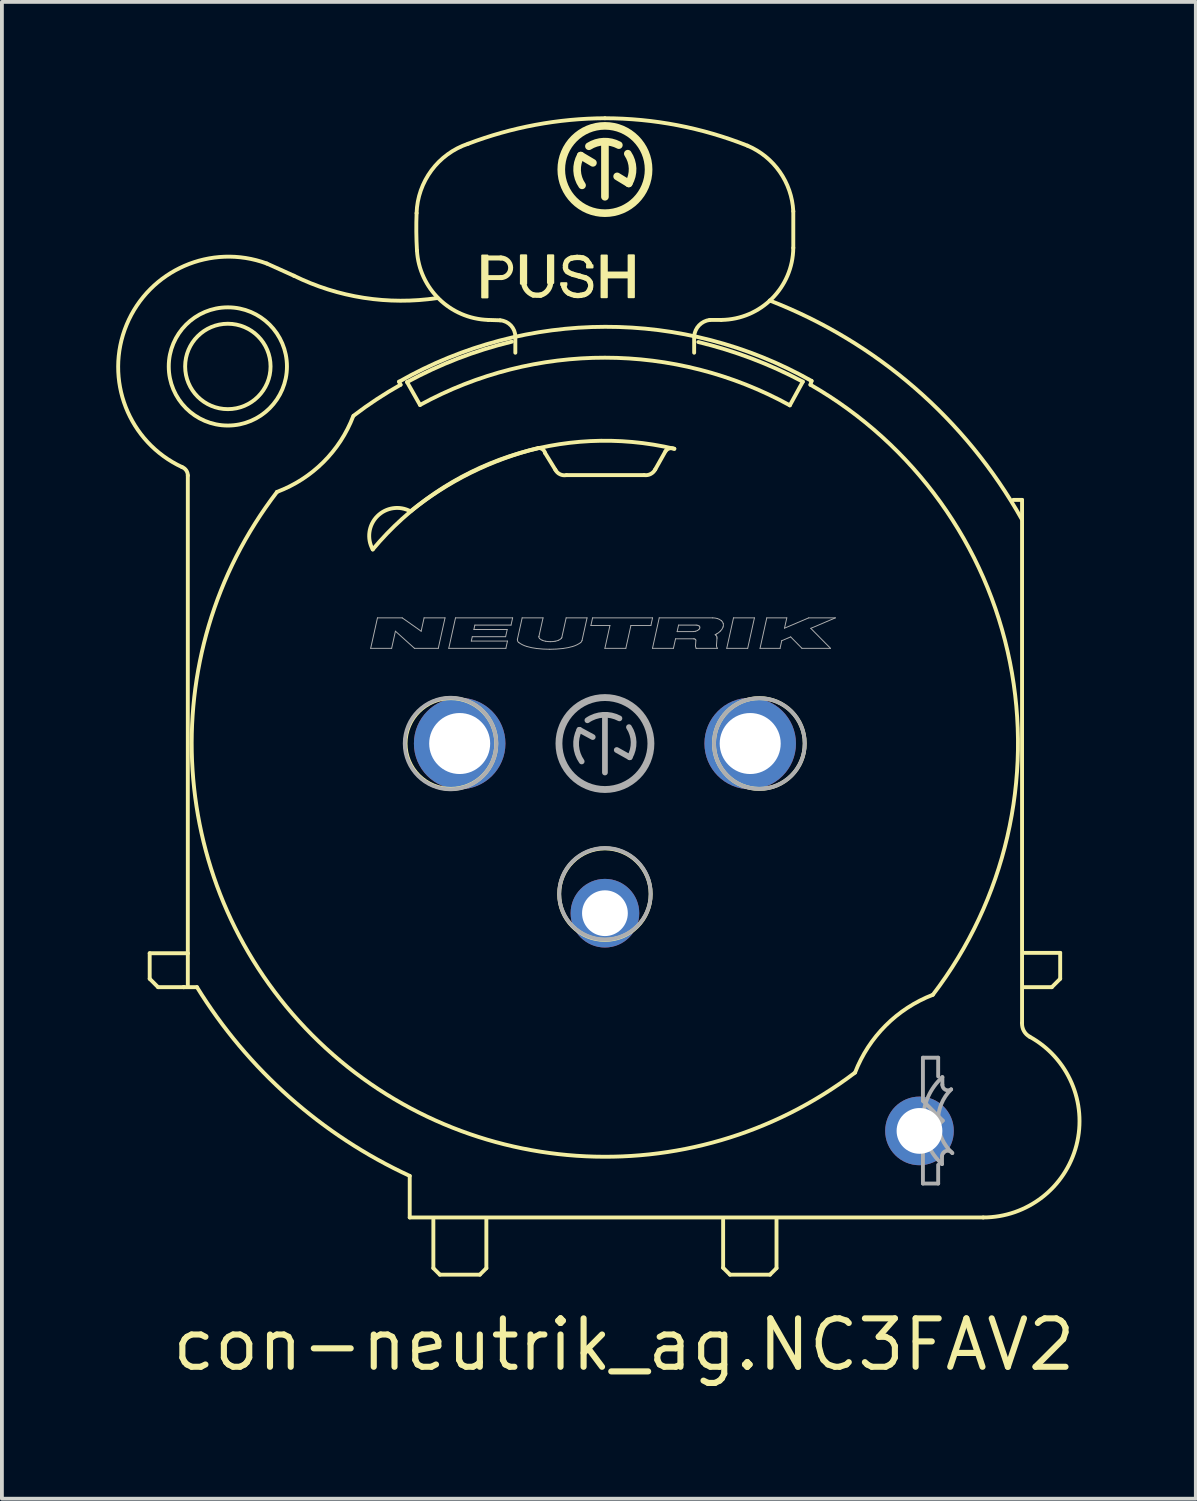
<source format=kicad_pcb>
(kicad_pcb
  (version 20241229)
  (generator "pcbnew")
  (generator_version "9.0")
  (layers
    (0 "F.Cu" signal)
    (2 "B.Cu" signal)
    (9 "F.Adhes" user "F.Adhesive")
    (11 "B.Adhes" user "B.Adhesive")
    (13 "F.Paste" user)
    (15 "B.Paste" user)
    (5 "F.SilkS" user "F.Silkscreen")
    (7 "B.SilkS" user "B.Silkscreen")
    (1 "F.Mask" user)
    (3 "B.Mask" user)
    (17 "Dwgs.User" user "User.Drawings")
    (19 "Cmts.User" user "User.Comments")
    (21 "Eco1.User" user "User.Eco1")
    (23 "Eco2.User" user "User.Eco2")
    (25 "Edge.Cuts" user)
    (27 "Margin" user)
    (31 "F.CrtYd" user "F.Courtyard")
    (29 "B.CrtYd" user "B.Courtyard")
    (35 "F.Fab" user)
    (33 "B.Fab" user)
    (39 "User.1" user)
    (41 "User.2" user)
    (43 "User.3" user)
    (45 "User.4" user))
  (footprint "con-neutrik_ag.NC3FAV2"
    (layer "F.Cu")
    (at 12.816 16.451)
    (property "Reference" "con-neutrik_ag.NC3FAV2" (at -11.43 16.51 0) (layer "F.SilkS") (effects (font (size 1.27 1.27) (thickness 0.16)) (justify left bottom)))
    (attr through_hole)
    (fp_line (start -11.94 5.5) (end -10.94 5.5) (stroke (width 0.102) (type default)) (layer "F.SilkS"))
    (fp_line (start -11.94 6.17) (end -11.94 5.5) (stroke (width 0.102) (type default)) (layer "F.SilkS"))
    (fp_line (start -11.72 6.39) (end -11.94 6.17) (stroke (width 0.102) (type default)) (layer "F.SilkS"))
    (fp_line (start -11.05 6.39) (end -11.72 6.39) (stroke (width 0.102) (type default)) (layer "F.SilkS"))
    (fp_line (start -11.05 6.39) (end -10.7 6.39) (stroke (width 0.102) (type default)) (layer "F.SilkS"))
    (fp_line (start -11.04 6.39) (end -11.05 6.39) (stroke (width 0.102) (type default)) (layer "F.SilkS"))
    (fp_line (start -10.94 5.5) (end -10.94 -7.03) (stroke (width 0.102) (type default)) (layer "F.SilkS"))
    (fp_line (start -10.94 6.35) (end -10.94 5.52) (stroke (width 0.102) (type default)) (layer "F.SilkS"))
    (fp_line (start -5.4 -9.49) (end -5.36 -9.41) (stroke (width 0.102) (type default)) (layer "F.SilkS"))
    (fp_line (start -5.19 -9.48) (end -4.85 -8.88) (stroke (width 0.102) (type default)) (layer "F.SilkS"))
    (fp_line (start -5.12 11.34) (end -5.12 12.43) (stroke (width 0.102) (type default)) (layer "F.SilkS"))
    (fp_line (start -5.12 12.43) (end 9.92 12.43) (stroke (width 0.102) (type default)) (layer "F.SilkS"))
    (fp_line (start -4.5 12.49) (end -4.5 13.76) (stroke (width 0.102) (type default)) (layer "F.SilkS"))
    (fp_line (start -4.5 13.76) (end -4.33 13.93) (stroke (width 0.102) (type default)) (layer "F.SilkS"))
    (fp_line (start -4.33 13.93) (end -3.28 13.93) (stroke (width 0.102) (type default)) (layer "F.SilkS"))
    (fp_line (start -3.28 13.93) (end -3.11 13.76) (stroke (width 0.102) (type default)) (layer "F.SilkS"))
    (fp_line (start -3.13 -12.735) (end -2.73 -12.735) (stroke (width 0.13) (type default)) (layer "F.SilkS"))
    (fp_line (start -3.11 13.76) (end -3.11 12.47) (stroke (width 0.102) (type default)) (layer "F.SilkS"))
    (fp_line (start -2.75 -11.1) (end -3.06 -11.11) (stroke (width 0.102) (type default)) (layer "F.SilkS"))
    (fp_line (start -2.72 -12.22) (end -3.11 -12.22) (stroke (width 0.13) (type default)) (layer "F.SilkS"))
    (fp_line (start -2.35 -10.25) (end -2.35 -10.67) (stroke (width 0.102) (type default)) (layer "F.SilkS"))
    (fp_line (start -1.3 -7.18) (end -1.57 -7.62) (stroke (width 0.102) (type default)) (layer "F.SilkS"))
    (fp_line (start -1.08 -12.01) (end -1.075 -11.985) (stroke (width 0.14) (type default)) (layer "F.SilkS"))
    (fp_line (start -0.315 -15.23) (end -0.635 -15.42) (stroke (width 0.2) (type default)) (layer "F.SilkS"))
    (fp_line (start 0 -14.34) (end 0 -15.73) (stroke (width 0.2) (type default)) (layer "F.SilkS"))
    (fp_line (start 0.32 -14.875) (end 0.625 -14.69) (stroke (width 0.2) (type default)) (layer "F.SilkS"))
    (fp_line (start 1.03 -7.04) (end -1.01 -7.04) (stroke (width 0.102) (type default)) (layer "F.SilkS"))
    (fp_line (start 1.59 -7.67) (end 1.32 -7.19) (stroke (width 0.102) (type default)) (layer "F.SilkS"))
    (fp_line (start 3.1 12.49) (end 3.1 13.75) (stroke (width 0.102) (type default)) (layer "F.SilkS"))
    (fp_line (start 3.1 13.75) (end 3.28 13.93) (stroke (width 0.102) (type default)) (layer "F.SilkS"))
    (fp_line (start 3.28 13.93) (end 4.33 13.93) (stroke (width 0.102) (type default)) (layer "F.SilkS"))
    (fp_line (start 4.33 13.93) (end 4.5 13.76) (stroke (width 0.102) (type default)) (layer "F.SilkS"))
    (fp_line (start 4.5 13.76) (end 4.5 12.48) (stroke (width 0.102) (type default)) (layer "F.SilkS"))
    (fp_line (start 4.85 -8.87) (end 5.19 -9.49) (stroke (width 0.102) (type default)) (layer "F.SilkS"))
    (fp_line (start 4.94 -13.96) (end 4.94 -13) (stroke (width 0.102) (type default)) (layer "F.SilkS"))
    (fp_line (start 5.39 -9.41) (end 5.42 -9.51) (stroke (width 0.102) (type default)) (layer "F.SilkS"))
    (fp_line (start 10.94 -6.39) (end 10.71 -6.39) (stroke (width 0.102) (type default)) (layer "F.SilkS"))
    (fp_line (start 10.94 7.33) (end 10.94 -6.39) (stroke (width 0.102) (type default)) (layer "F.SilkS"))
    (fp_line (start 10.99 6.39) (end 11.72 6.39) (stroke (width 0.102) (type default)) (layer "F.SilkS"))
    (fp_line (start 11.72 6.39) (end 11.94 6.17) (stroke (width 0.102) (type default)) (layer "F.SilkS"))
    (fp_line (start 11.94 5.49) (end 10.99 5.49) (stroke (width 0.102) (type default)) (layer "F.SilkS"))
    (fp_line (start 11.94 6.17) (end 11.94 5.49) (stroke (width 0.102) (type default)) (layer "F.SilkS"))
    (fp_rect (start -3.22 -11.7) (end -3.08 -12.8) (stroke (width 0.05) (type default)) (fill yes) (layer "F.SilkS"))
    (fp_rect (start -2.205 -12.06) (end -2.065 -12.805) (stroke (width 0.05) (type default)) (fill yes) (layer "F.SilkS"))
    (fp_rect (start -1.495 -12.08) (end -1.355 -12.805) (stroke (width 0.05) (type default)) (fill yes) (layer "F.SilkS"))
    (fp_rect (start -1.15 -12.025) (end -1.01 -12.075) (stroke (width 0.05) (type default)) (fill yes) (layer "F.SilkS"))
    (fp_rect (start -0.47 -12.485) (end -0.325 -12.545) (stroke (width 0.05) (type default)) (fill yes) (layer "F.SilkS"))
    (fp_rect (start -0.09 -11.705) (end 0.05 -12.8) (stroke (width 0.05) (type default)) (fill yes) (layer "F.SilkS"))
    (fp_rect (start 0.035 -12.225) (end 0.64 -12.355) (stroke (width 0.05) (type default)) (fill yes) (layer "F.SilkS"))
    (fp_rect (start 0.62 -11.705) (end 0.76 -12.805) (stroke (width 0.05) (type default)) (fill yes) (layer "F.SilkS"))
    (fp_arc (start -11.09 -7.25) (mid -10.981062 -7.163139) (end -10.94 -7.03) (stroke (width 0.1016) (type default)) (layer "F.SilkS"))
    (fp_arc (start -11.09 -7.25) (mid -12.543512 -10.98573) (end -8.87 -12.59) (stroke (width 0.1016) (type default)) (layer "F.SilkS"))
    (fp_arc (start -8.87 -12.59) (mid -8.514255 -12.431652) (end -8.16 -12.27) (stroke (width 0.1016) (type default)) (layer "F.SilkS"))
    (fp_arc (start -6.6 -8.59) (mid -7.385883 -7.379807) (end -8.6 -6.6) (stroke (width 0.1016) (type default)) (layer "F.SilkS"))
    (fp_arc (start -6.59 -8.6) (mid -5.989419 -9.026896) (end -5.36 -9.41) (stroke (width 0.1016) (type default)) (layer "F.SilkS"))
    (fp_arc (start -6.09 -5.09) (mid -5.970889 -5.96213) (end -5.1 -6.09) (stroke (width 0.1016) (type default)) (layer "F.SilkS"))
    (fp_arc (start -6.09 -5.09) (mid -2.509717 -7.53273) (end 1.82 -7.73) (stroke (width 0.1016) (type default)) (layer "F.SilkS"))
    (fp_arc (start -5.4 -9.49) (mid 0.007357 -10.929608) (end 5.42 -9.51) (stroke (width 0.1016) (type default)) (layer "F.SilkS"))
    (fp_arc (start -5.19 -9.48) (mid -3.849731 -10.100104) (end -2.44 -10.54) (stroke (width 0.1016) (type default)) (layer "F.SilkS"))
    (fp_arc (start -5.12 11.34) (mid -8.274827 9.27626) (end -10.7 6.39) (stroke (width 0.1016) (type default)) (layer "F.SilkS"))
    (fp_arc (start -5.1 -6.09) (mid -3.515654 -7.102947) (end -1.75 -7.75) (stroke (width 0.1016) (type default)) (layer "F.SilkS"))
    (fp_arc (start -4.94 -13.91) (mid -4.55018 -15.031535) (end -3.59 -15.73) (stroke (width 0.1016) (type default)) (layer "F.SilkS"))
    (fp_arc (start -4.93 -12.93) (mid -4.946992 -13.419878) (end -4.94 -13.91) (stroke (width 0.1016) (type default)) (layer "F.SilkS"))
    (fp_arc (start -4.85 -8.88) (mid 0.001283 -10.119665) (end 4.85 -8.87) (stroke (width 0.1016) (type default)) (layer "F.SilkS"))
    (fp_arc (start -4.3995 -11.6841) (mid -6.324542 -11.689558) (end -8.16 -12.27) (stroke (width 0.1016) (type default)) (layer "F.SilkS"))
    (fp_arc (start -3.59 -15.73) (mid -1.825069 -16.226116) (end 0 -16.4) (stroke (width 0.1016) (type default)) (layer "F.SilkS"))
    (fp_arc (start -3.06 -11.11) (mid -4.347878 -11.657427) (end -4.93 -12.93) (stroke (width 0.1016) (type default)) (layer "F.SilkS"))
    (fp_arc (start -2.75 -11.1) (mid -2.465454 -10.963647) (end -2.35 -10.67) (stroke (width 0.1016) (type default)) (layer "F.SilkS"))
    (fp_arc (start -2.73 -12.735) (mid -2.472451 -12.482404) (end -2.72 -12.22) (stroke (width 0.13) (type default)) (layer "F.SilkS"))
    (fp_arc (start -1.88 -11.765) (mid -2.064528 -11.907658) (end -2.135 -12.13) (stroke (width 0.14) (type default)) (layer "F.SilkS"))
    (fp_arc (start -1.74 -7.75) (mid -1.632374 -7.714588) (end -1.57 -7.62) (stroke (width 0.1016) (type default)) (layer "F.SilkS"))
    (fp_arc (start -1.69 -11.76) (mid -1.785118 -11.758012) (end -1.88 -11.765) (stroke (width 0.14) (type default)) (layer "F.SilkS"))
    (fp_arc (start -1.425 -12.13) (mid -1.491164 -11.897489) (end -1.69 -11.76) (stroke (width 0.14) (type default)) (layer "F.SilkS"))
    (fp_arc (start -1.035 -12.545) (mid -1.023242 -12.602997) (end -0.995 -12.655) (stroke (width 0.14) (type default)) (layer "F.SilkS"))
    (fp_arc (start -1.035 -12.475) (mid -1.035897 -12.51) (end -1.035 -12.545) (stroke (width 0.14) (type default)) (layer "F.SilkS"))
    (fp_arc (start -1.01 -7.04) (mid -1.178221 -7.061899) (end -1.3 -7.18) (stroke (width 0.1016) (type default)) (layer "F.SilkS"))
    (fp_arc (start -0.995 -12.655) (mid -0.944061 -12.70256) (end -0.88 -12.73) (stroke (width 0.14) (type default)) (layer "F.SilkS"))
    (fp_arc (start -0.98 -12.375) (mid -1.018985 -12.418684) (end -1.035 -12.475) (stroke (width 0.14) (type default)) (layer "F.SilkS"))
    (fp_arc (start -0.945 -11.81) (mid -1.029639 -11.882911) (end -1.075 -11.985) (stroke (width 0.14) (type default)) (layer "F.SilkS"))
    (fp_arc (start -0.88 -12.73) (mid -0.805495 -12.743715) (end -0.73 -12.75) (stroke (width 0.14) (type default)) (layer "F.SilkS"))
    (fp_arc (start -0.835 -12.305) (mid -0.910421 -12.33395) (end -0.98 -12.375) (stroke (width 0.14) (type default)) (layer "F.SilkS"))
    (fp_arc (start -0.785 -11.755) (mid -0.867193 -11.776119) (end -0.945 -11.81) (stroke (width 0.14) (type default)) (layer "F.SilkS"))
    (fp_arc (start -0.73 -12.75) (mid -0.654498 -12.747518) (end -0.58 -12.735) (stroke (width 0.14) (type default)) (layer "F.SilkS"))
    (fp_arc (start -0.67 -12.26) (mid -0.752692 -12.281798) (end -0.835 -12.305) (stroke (width 0.14) (type default)) (layer "F.SilkS"))
    (fp_arc (start -0.67 -12.26) (mid -0.592125 -12.238792) (end -0.515 -12.215) (stroke (width 0.14) (type default)) (layer "F.SilkS"))
    (fp_arc (start -0.635 -11.755) (mid -0.71 -11.748536) (end -0.785 -11.755) (stroke (width 0.14) (type default)) (layer "F.SilkS"))
    (fp_arc (start -0.6 -14.64) (mid -0.729533 -15.024973) (end -0.635 -15.42) (stroke (width 0.2) (type default)) (layer "F.SilkS"))
    (fp_arc (start -0.58 -12.735) (mid -0.525361 -12.712732) (end -0.48 -12.675) (stroke (width 0.14) (type default)) (layer "F.SilkS"))
    (fp_arc (start -0.545 -11.775) (mid -0.589766 -11.763948) (end -0.635 -11.755) (stroke (width 0.14) (type default)) (layer "F.SilkS"))
    (fp_arc (start -0.515 -12.215) (mid -0.440004 -12.171083) (end -0.39 -12.1) (stroke (width 0.14) (type default)) (layer "F.SilkS"))
    (fp_arc (start -0.48 -12.675) (mid -0.448393 -12.636205) (end -0.42 -12.595) (stroke (width 0.14) (type default)) (layer "F.SilkS"))
    (fp_arc (start -0.42 -15.665) (mid -0.031558 -15.786174) (end 0.365 -15.695) (stroke (width 0.2) (type default)) (layer "F.SilkS"))
    (fp_arc (start -0.42 -12.595) (mid -0.409614 -12.577721) (end -0.4 -12.56) (stroke (width 0.14) (type default)) (layer "F.SilkS"))
    (fp_arc (start -0.42 -11.865) (mid -0.474346 -11.808675) (end -0.545 -11.775) (stroke (width 0.14) (type default)) (layer "F.SilkS"))
    (fp_arc (start -0.39 -12.1) (mid -0.372108 -12.017966) (end -0.385 -11.935) (stroke (width 0.14) (type default)) (layer "F.SilkS"))
    (fp_arc (start -0.385 -11.935) (mid -0.40031 -11.898905) (end -0.42 -11.865) (stroke (width 0.14) (type default)) (layer "F.SilkS"))
    (fp_arc (start 0 -16.4) (mid 1.903896 -16.21607) (end 3.74 -15.68) (stroke (width 0.1016) (type default)) (layer "F.SilkS"))
    (fp_arc (start 0.6 -15.47) (mid 0.725239 -15.083613) (end 0.625 -14.69) (stroke (width 0.2) (type default)) (layer "F.SilkS"))
    (fp_arc (start 1.32 -7.19) (mid 1.198655 -7.069267) (end 1.03 -7.04) (stroke (width 0.1016) (type default)) (layer "F.SilkS"))
    (fp_arc (start 1.59 -7.67) (mid 1.694294 -7.741041) (end 1.82 -7.73) (stroke (width 0.1016) (type default)) (layer "F.SilkS"))
    (fp_arc (start 2.34 -10.68) (mid 2.341373 -10.465) (end 2.34 -10.25) (stroke (width 0.1016) (type default)) (layer "F.SilkS"))
    (fp_arc (start 2.34 -10.68) (mid 2.468258 -10.968173) (end 2.75 -11.11) (stroke (width 0.1016) (type default)) (layer "F.SilkS"))
    (fp_arc (start 2.45 -10.53) (mid 3.852843 -10.096528) (end 5.19 -9.49) (stroke (width 0.1016) (type default)) (layer "F.SilkS"))
    (fp_arc (start 2.75 -11.11) (mid 2.9 -11.110782) (end 3.05 -11.11) (stroke (width 0.1016) (type default)) (layer "F.SilkS"))
    (fp_arc (start 3.74 -15.68) (mid 4.587041 -14.992354) (end 4.94 -13.96) (stroke (width 0.1016) (type default)) (layer "F.SilkS"))
    (fp_arc (start 4.3216 -11.6192) (mid 8.124315 -9.329617) (end 10.93 -5.89) (stroke (width 0.1016) (type default)) (layer "F.SilkS"))
    (fp_arc (start 4.94 -13) (mid 4.380591 -11.669409) (end 3.05 -11.11) (stroke (width 0.1016) (type default)) (layer "F.SilkS"))
    (fp_arc (start 5.39 -9.41) (mid 10.621563 -2.137579) (end 8.6 6.59) (stroke (width 0.1016) (type default)) (layer "F.SilkS"))
    (fp_arc (start 6.56 8.63) (mid -7.680581 7.644968) (end -8.6 -6.6) (stroke (width 0.1016) (type default)) (layer "F.SilkS"))
    (fp_arc (start 6.56 8.63) (mid 7.3644 7.3944) (end 8.6 6.59) (stroke (width 0.1016) (type default)) (layer "F.SilkS"))
    (fp_arc (start 11.14 7.69) (mid 12.367243 10.532877) (end 9.92 12.43) (stroke (width 0.1016) (type default)) (layer "F.SilkS"))
    (fp_arc (start 11.14 7.69) (mid 10.988255 7.538747) (end 10.94 7.33) (stroke (width 0.1016) (type default)) (layer "F.SilkS"))
    (fp_circle (center -9.89 -9.89) (end -8.77 -9.89) (stroke (width 0.102) (type default)) (fill no) (layer "F.SilkS"))
    (fp_circle (center -9.89 -9.89) (end -8.34 -9.89) (stroke (width 0.102) (type default)) (fill no) (layer "F.SilkS"))
    (fp_circle (center -4.04 0) (end -2.85 0) (stroke (width 0.102) (type default)) (fill no) (layer "F.SilkS"))
    (fp_circle (center 0 -15.055) (end 1.145 -15.055) (stroke (width 0.2) (type default)) (fill no) (layer "F.SilkS"))
    (fp_circle (center 0 3.95) (end 1.2 3.95) (stroke (width 0.102) (type default)) (fill no) (layer "F.SilkS"))
    (fp_circle (center 4.05 0) (end 5.24 0) (stroke (width 0.102) (type default)) (fill no) (layer "F.SilkS"))
    (fp_line (start -6.144 -2.497) (end -5.966 -3.296) (stroke (width 0.025) (type default)) (layer "F.Fab"))
    (fp_line (start -6.144 -2.497) (end -5.594 -2.497) (stroke (width 0.025) (type default)) (layer "F.Fab"))
    (fp_line (start -5.966 -3.296) (end -5.317 -3.296) (stroke (width 0.025) (type default)) (layer "F.Fab"))
    (fp_line (start -5.594 -2.497) (end -5.495 -2.946) (stroke (width 0.025) (type default)) (layer "F.Fab"))
    (fp_line (start -5.495 -2.946) (end -4.995 -2.497) (stroke (width 0.025) (type default)) (layer "F.Fab"))
    (fp_line (start -5.317 -3.296) (end -4.82 -2.946) (stroke (width 0.025) (type default)) (layer "F.Fab"))
    (fp_line (start -4.995 -2.497) (end -4.371 -2.497) (stroke (width 0.025) (type default)) (layer "F.Fab"))
    (fp_line (start -4.82 -2.946) (end -4.743 -3.296) (stroke (width 0.025) (type default)) (layer "F.Fab"))
    (fp_line (start -4.743 -3.296) (end -4.194 -3.296) (stroke (width 0.025) (type default)) (layer "F.Fab"))
    (fp_line (start -4.371 -2.497) (end -4.194 -3.296) (stroke (width 0.025) (type default)) (layer "F.Fab"))
    (fp_line (start -4.096 -2.497) (end -3.919 -3.296) (stroke (width 0.025) (type default)) (layer "F.Fab"))
    (fp_line (start -4.096 -2.497) (end -2.598 -2.497) (stroke (width 0.025) (type default)) (layer "F.Fab"))
    (fp_line (start -3.919 -3.296) (end -2.421 -3.296) (stroke (width 0.025) (type default)) (layer "F.Fab"))
    (fp_line (start -3.505 -2.687) (end -3.479 -2.802) (stroke (width 0.025) (type default)) (layer "F.Fab"))
    (fp_line (start -3.505 -2.687) (end -2.556 -2.687) (stroke (width 0.025) (type default)) (layer "F.Fab"))
    (fp_line (start -3.479 -2.802) (end -2.605 -2.802) (stroke (width 0.025) (type default)) (layer "F.Fab"))
    (fp_line (start -3.437 -2.991) (end -3.412 -3.106) (stroke (width 0.025) (type default)) (layer "F.Fab"))
    (fp_line (start -3.437 -2.991) (end -2.563 -2.991) (stroke (width 0.025) (type default)) (layer "F.Fab"))
    (fp_line (start -3.412 -3.106) (end -2.463 -3.106) (stroke (width 0.025) (type default)) (layer "F.Fab"))
    (fp_line (start -2.605 -2.802) (end -2.563 -2.991) (stroke (width 0.025) (type default)) (layer "F.Fab"))
    (fp_line (start -2.598 -2.497) (end -2.556 -2.687) (stroke (width 0.025) (type default)) (layer "F.Fab"))
    (fp_line (start -2.463 -3.106) (end -2.421 -3.296) (stroke (width 0.025) (type default)) (layer "F.Fab"))
    (fp_line (start -2.294 -2.741) (end -2.171 -3.296) (stroke (width 0.025) (type default)) (layer "F.Fab"))
    (fp_line (start -2.171 -3.296) (end -1.623 -3.296) (stroke (width 0.025) (type default)) (layer "F.Fab"))
    (fp_line (start -1.731 -2.81) (end -1.623 -3.296) (stroke (width 0.025) (type default)) (layer "F.Fab"))
    (fp_line (start -1.13 -2.784) (end -1.017 -3.296) (stroke (width 0.025) (type default)) (layer "F.Fab"))
    (fp_line (start -1.017 -3.296) (end -0.469 -3.296) (stroke (width 0.025) (type default)) (layer "F.Fab"))
    (fp_line (start -0.67 -0.36) (end -0.32 -0.17) (stroke (width 0.15) (type default)) (layer "F.Fab"))
    (fp_line (start -0.601 -2.702) (end -0.469 -3.296) (stroke (width 0.025) (type default)) (layer "F.Fab"))
    (fp_line (start -0.368 -3.096) (end -0.324 -3.296) (stroke (width 0.025) (type default)) (layer "F.Fab"))
    (fp_line (start -0.368 -3.096) (end 0.131 -3.096) (stroke (width 0.025) (type default)) (layer "F.Fab"))
    (fp_line (start -0.324 -3.296) (end 1.249 -3.296) (stroke (width 0.025) (type default)) (layer "F.Fab"))
    (fp_line (start -0.001 -2.497) (end 0.131 -3.096) (stroke (width 0.025) (type default)) (layer "F.Fab"))
    (fp_line (start -0.001 -2.497) (end 0.548 -2.497) (stroke (width 0.025) (type default)) (layer "F.Fab"))
    (fp_line (start 0 0.76) (end 0 -0.74) (stroke (width 0.15) (type default)) (layer "F.Fab"))
    (fp_line (start 0.31 0.17) (end 0.65 0.36) (stroke (width 0.15) (type default)) (layer "F.Fab"))
    (fp_line (start 0.548 -2.497) (end 0.681 -3.096) (stroke (width 0.025) (type default)) (layer "F.Fab"))
    (fp_line (start 0.681 -3.096) (end 1.205 -3.096) (stroke (width 0.025) (type default)) (layer "F.Fab"))
    (fp_line (start 1.205 -3.096) (end 1.249 -3.296) (stroke (width 0.025) (type default)) (layer "F.Fab"))
    (fp_line (start 1.247 -2.497) (end 1.424 -3.296) (stroke (width 0.025) (type default)) (layer "F.Fab"))
    (fp_line (start 1.247 -2.497) (end 1.796 -2.497) (stroke (width 0.025) (type default)) (layer "F.Fab"))
    (fp_line (start 1.424 -3.296) (end 2.826 -3.296) (stroke (width 0.025) (type default)) (layer "F.Fab"))
    (fp_line (start 1.796 -2.497) (end 1.852 -2.747) (stroke (width 0.025) (type default)) (layer "F.Fab"))
    (fp_line (start 1.852 -2.747) (end 2.328 -2.747) (stroke (width 0.025) (type default)) (layer "F.Fab"))
    (fp_line (start 1.894 -2.936) (end 1.931 -3.106) (stroke (width 0.025) (type default)) (layer "F.Fab"))
    (fp_line (start 1.894 -2.936) (end 2.321 -2.936) (stroke (width 0.025) (type default)) (layer "F.Fab"))
    (fp_line (start 1.931 -3.106) (end 2.394 -3.106) (stroke (width 0.025) (type default)) (layer "F.Fab"))
    (fp_line (start 2.375 -2.561) (end 2.385 -2.707) (stroke (width 0.025) (type default)) (layer "F.Fab"))
    (fp_line (start 2.394 -2.497) (end 2.394 -2.497) (stroke (width 0.025) (type default)) (layer "F.Fab"))
    (fp_line (start 2.394 -2.497) (end 2.95 -2.497) (stroke (width 0.025) (type default)) (layer "F.Fab"))
    (fp_line (start 2.926 -2.581) (end 2.939 -2.767) (stroke (width 0.025) (type default)) (layer "F.Fab"))
    (fp_line (start 3.195 -2.497) (end 3.372 -3.296) (stroke (width 0.025) (type default)) (layer "F.Fab"))
    (fp_line (start 3.195 -2.497) (end 3.744 -2.497) (stroke (width 0.025) (type default)) (layer "F.Fab"))
    (fp_line (start 3.372 -3.296) (end 3.921 -3.296) (stroke (width 0.025) (type default)) (layer "F.Fab"))
    (fp_line (start 3.744 -2.497) (end 3.921 -3.296) (stroke (width 0.025) (type default)) (layer "F.Fab"))
    (fp_line (start 4.068 -2.497) (end 4.245 -3.296) (stroke (width 0.025) (type default)) (layer "F.Fab"))
    (fp_line (start 4.068 -2.497) (end 4.593 -2.497) (stroke (width 0.025) (type default)) (layer "F.Fab"))
    (fp_line (start 4.245 -3.296) (end 4.77 -3.296) (stroke (width 0.025) (type default)) (layer "F.Fab"))
    (fp_line (start 4.593 -2.497) (end 4.637 -2.697) (stroke (width 0.025) (type default)) (layer "F.Fab"))
    (fp_line (start 4.637 -2.697) (end 4.871 -2.797) (stroke (width 0.025) (type default)) (layer "F.Fab"))
    (fp_line (start 4.71 -3.026) (end 4.77 -3.296) (stroke (width 0.025) (type default)) (layer "F.Fab"))
    (fp_line (start 4.71 -3.026) (end 5.344 -3.296) (stroke (width 0.025) (type default)) (layer "F.Fab"))
    (fp_line (start 4.871 -2.797) (end 5.167 -2.497) (stroke (width 0.025) (type default)) (layer "F.Fab"))
    (fp_line (start 5.167 -2.497) (end 5.916 -2.497) (stroke (width 0.025) (type default)) (layer "F.Fab"))
    (fp_line (start 5.344 -3.296) (end 6.043 -3.296) (stroke (width 0.025) (type default)) (layer "F.Fab"))
    (fp_line (start 5.399 -3.021) (end 5.916 -2.497) (stroke (width 0.025) (type default)) (layer "F.Fab"))
    (fp_line (start 5.399 -3.021) (end 6.043 -3.296) (stroke (width 0.025) (type default)) (layer "F.Fab"))
    (fp_line (start 8.34 8.24) (end 8.34 9.37) (stroke (width 0.102) (type default)) (layer "F.Fab"))
    (fp_line (start 8.34 8.24) (end 8.74 8.24) (stroke (width 0.102) (type default)) (layer "F.Fab"))
    (fp_line (start 8.34 9.37) (end 8.86 9.89) (stroke (width 0.102) (type default)) (layer "F.Fab"))
    (fp_line (start 8.34 10.41) (end 8.34 11.54) (stroke (width 0.102) (type default)) (layer "F.Fab"))
    (fp_line (start 8.34 11.54) (end 8.74 11.54) (stroke (width 0.102) (type default)) (layer "F.Fab"))
    (fp_line (start 8.74 8.24) (end 8.74 8.73) (stroke (width 0.102) (type default)) (layer "F.Fab"))
    (fp_line (start 8.74 11.54) (end 8.74 11.05) (stroke (width 0.102) (type default)) (layer "F.Fab"))
    (fp_line (start 8.84 11.03) (end 8.84 10.82) (stroke (width 0.102) (type default)) (layer "F.Fab"))
    (fp_line (start 8.85 8.75) (end 8.85 8.95) (stroke (width 0.102) (type default)) (layer "F.Fab"))
    (fp_line (start 8.86 9.89) (end 8.34 10.41) (stroke (width 0.102) (type default)) (layer "F.Fab"))
    (fp_arc (start -2.2964 -2.7217) (mid -2.295867 -2.731456) (end -2.2943 -2.7411) (stroke (width 0.0254) (type default)) (layer "F.Fab"))
    (fp_arc (start -2.2578 -2.6471) (mid -2.286121 -2.679718) (end -2.2963 -2.7217) (stroke (width 0.0254) (type default)) (layer "F.Fab"))
    (fp_arc (start -2.0477 -2.5452) (mid -2.156985 -2.587418) (end -2.2578 -2.6471) (stroke (width 0.0254) (type default)) (layer "F.Fab"))
    (fp_arc (start -1.796 -2.4932) (mid -1.922923 -2.514007) (end -2.0477 -2.5452) (stroke (width 0.0254) (type default)) (layer "F.Fab"))
    (fp_arc (start -1.7326 -2.7966) (mid -1.732234 -2.803244) (end -1.7311 -2.8098) (stroke (width 0.0254) (type default)) (layer "F.Fab"))
    (fp_arc (start -1.7159 -2.7561) (mid -1.728335 -2.774676) (end -1.7327 -2.7966) (stroke (width 0.0254) (type default)) (layer "F.Fab"))
    (fp_arc (start -1.6443 -2.7083) (mid -1.682454 -2.728674) (end -1.7159 -2.7561) (stroke (width 0.0254) (type default)) (layer "F.Fab"))
    (fp_arc (start -1.5538 -2.6822) (mid -1.599779 -2.692723) (end -1.6443 -2.7083) (stroke (width 0.0254) (type default)) (layer "F.Fab"))
    (fp_arc (start -1.4474 -2.4721) (mid -1.62202 -2.477365) (end -1.796 -2.4932) (stroke (width 0.0254) (type default)) (layer "F.Fab"))
    (fp_arc (start -1.4308 -2.6718) (mid -1.492521 -2.674388) (end -1.5538 -2.6822) (stroke (width 0.0254) (type default)) (layer "F.Fab"))
    (fp_arc (start -1.3079 -2.6822) (mid -1.369129 -2.67439) (end -1.4308 -2.6718) (stroke (width 0.0254) (type default)) (layer "F.Fab"))
    (fp_arc (start -1.2174 -2.7083) (mid -1.261921 -2.692723) (end -1.3079 -2.6822) (stroke (width 0.0254) (type default)) (layer "F.Fab"))
    (fp_arc (start -1.1458 -2.7561) (mid -1.179246 -2.728674) (end -1.2174 -2.7083) (stroke (width 0.0254) (type default)) (layer "F.Fab"))
    (fp_arc (start -1.1304 -2.7839) (mid -1.136132 -2.76891) (end -1.1458 -2.7561) (stroke (width 0.0254) (type default)) (layer "F.Fab"))
    (fp_arc (start -1.0989 -2.4931) (mid -1.27283 -2.477266) (end -1.4474 -2.472) (stroke (width 0.0254) (type default)) (layer "F.Fab"))
    (fp_arc (start -0.8472 -2.5452) (mid -0.971977 -2.514007) (end -1.0989 -2.4932) (stroke (width 0.0254) (type default)) (layer "F.Fab"))
    (fp_arc (start -0.6371 -2.6471) (mid -0.737916 -2.587421) (end -0.8472 -2.5452) (stroke (width 0.0254) (type default)) (layer "F.Fab"))
    (fp_arc (start -0.61 0.47) (mid -0.754744 0.063295) (end -0.67 -0.36) (stroke (width 0.15) (type default)) (layer "F.Fab"))
    (fp_arc (start -0.6007 -2.7023) (mid -0.613738 -2.671296) (end -0.6371 -2.6471) (stroke (width 0.0254) (type default)) (layer "F.Fab"))
    (fp_arc (start -0.46 -0.61) (mid -0.047007 -0.752716) (end 0.38 -0.66) (stroke (width 0.15) (type default)) (layer "F.Fab"))
    (fp_arc (start 0.63 -0.43) (mid 0.752066 -0.037837) (end 0.65 0.36) (stroke (width 0.15) (type default)) (layer "F.Fab"))
    (fp_arc (start 2.3283 -2.7467) (mid 2.340566 -2.745829) (end 2.3526 -2.7433) (stroke (width 0.0254) (type default)) (layer "F.Fab"))
    (fp_arc (start 2.3526 -2.7432) (mid 2.364222 -2.738519) (end 2.3746 -2.7315) (stroke (width 0.0254) (type default)) (layer "F.Fab"))
    (fp_arc (start 2.3746 -2.7315) (mid 2.380482 -2.724772) (end 2.3841 -2.7166) (stroke (width 0.0254) (type default)) (layer "F.Fab"))
    (fp_arc (start 2.3785 -2.9442) (mid 2.349756 -2.938398) (end 2.3205 -2.9364) (stroke (width 0.0254) (type default)) (layer "F.Fab"))
    (fp_arc (start 2.3943 -2.497) (mid 2.380142 -2.527484) (end 2.375 -2.5607) (stroke (width 0.0254) (type default)) (layer "F.Fab"))
    (fp_arc (start 2.3944 -3.1062) (mid 2.414793 -3.104721) (end 2.4348 -3.1005) (stroke (width 0.0254) (type default)) (layer "F.Fab"))
    (fp_arc (start 2.4288 -2.9645) (mid 2.404262 -2.952875) (end 2.3785 -2.9443) (stroke (width 0.0254) (type default)) (layer "F.Fab"))
    (fp_arc (start 2.4348 -3.1005) (mid 2.454244 -3.09272) (end 2.4716 -3.081) (stroke (width 0.0254) (type default)) (layer "F.Fab"))
    (fp_arc (start 2.4641 -2.9914) (mid 2.447446 -2.976643) (end 2.4288 -2.9645) (stroke (width 0.0254) (type default)) (layer "F.Fab"))
    (fp_arc (start 2.4716 -3.081) (mid 2.481397 -3.069754) (end 2.4874 -3.0561) (stroke (width 0.0254) (type default)) (layer "F.Fab"))
    (fp_arc (start 2.4861 -3.0267) (mid 2.476985 -3.007875) (end 2.4641 -2.9914) (stroke (width 0.0254) (type default)) (layer "F.Fab"))
    (fp_arc (start 2.4874 -3.0561) (mid 2.488997 -3.041301) (end 2.4861 -3.0267) (stroke (width 0.0254) (type default)) (layer "F.Fab"))
    (fp_arc (start 2.8259 -3.296) (mid 2.886677 -3.291588) (end 2.9463 -3.279) (stroke (width 0.0254) (type default)) (layer "F.Fab"))
    (fp_arc (start 2.8917 -2.8549) (mid 2.899191 -2.849485) (end 2.9064 -2.8437) (stroke (width 0.0254) (type default)) (layer "F.Fab"))
    (fp_arc (start 2.9064 -2.8437) (mid 2.924646 -2.822802) (end 2.9358 -2.7974) (stroke (width 0.0254) (type default)) (layer "F.Fab"))
    (fp_arc (start 2.9282 -2.8737) (mid 2.910094 -2.86407) (end 2.8917 -2.855) (stroke (width 0.0254) (type default)) (layer "F.Fab"))
    (fp_arc (start 2.9358 -2.7974) (mid 2.93855 -2.782173) (end 2.9387 -2.7667) (stroke (width 0.0254) (type default)) (layer "F.Fab"))
    (fp_arc (start 2.9463 -3.279) (mid 3.004211 -3.255758) (end 3.0559 -3.2208) (stroke (width 0.0254) (type default)) (layer "F.Fab"))
    (fp_arc (start 2.9503 -2.497) (mid 2.930467 -2.536583) (end 2.9257 -2.5806) (stroke (width 0.0254) (type default)) (layer "F.Fab"))
    (fp_arc (start 3.0334 -2.9539) (mid 2.983769 -2.909906) (end 2.9282 -2.8737) (stroke (width 0.0254) (type default)) (layer "F.Fab"))
    (fp_arc (start 3.0559 -3.2208) (mid 3.085071 -3.187347) (end 3.1029 -3.1467) (stroke (width 0.0254) (type default)) (layer "F.Fab"))
    (fp_arc (start 3.0992 -3.0591) (mid 3.071923 -3.002983) (end 3.0334 -2.9539) (stroke (width 0.0254) (type default)) (layer "F.Fab"))
    (fp_arc (start 3.1029 -3.1467) (mid 3.107748 -3.102617) (end 3.0992 -3.0591) (stroke (width 0.0254) (type default)) (layer "F.Fab"))
    (fp_arc (start 8.84 10.81) (mid 8.951547 10.684537) (end 9.11 10.74) (stroke (width 0.1016) (type default)) (layer "F.Fab"))
    (fp_arc (start 8.84 11.03) (mid 8.341886 9.887793) (end 8.85 8.75) (stroke (width 0.1016) (type default)) (layer "F.Fab"))
    (fp_arc (start 9.08 9.07) (mid 8.928573 9.079819) (end 8.85 8.95) (stroke (width 0.1016) (type default)) (layer "F.Fab"))
    (fp_arc (start 9.11 10.74) (mid 8.736883 9.911433) (end 9.08 9.07) (stroke (width 0.1016) (type default)) (layer "F.Fab"))
    (fp_circle (center -4.05 0) (end -2.85 0) (stroke (width 0.102) (type default)) (fill no) (layer "F.Fab"))
    (fp_circle (center 0 0) (end 1.206 0) (stroke (width 0.18) (type default)) (fill no) (layer "F.Fab"))
    (fp_circle (center 0 3.94) (end 1.2 3.94) (stroke (width 0.102) (type default)) (fill no) (layer "F.Fab"))
    (fp_circle (center 4.05 0) (end 5.24 0) (stroke (width 0.102) (type default)) (fill no) (layer "F.Fab"))
    (pad "1" thru_hole circle (at 3.81 0) (size 2.4 2.4) (drill 1.6) (layers "*.Cu" "*.Mask"))
    (pad "2" thru_hole circle (at -3.81 0) (size 2.4 2.4) (drill 1.6) (layers "*.Cu" "*.Mask"))
    (pad "3" thru_hole circle (at 0 4.45) (size 1.8 1.8) (drill 1.2) (layers "*.Cu" "*.Mask"))
    (pad "G" thru_hole circle (at 8.25 10.16) (size 1.8 1.8) (drill 1.2) (layers "*.Cu" "*.Mask")))
  (gr_rect
    (start -3 -3)
    (end 28.314 36.258)
    (stroke (width 0.1) (type default))
    (fill no)
    (layer "Edge.Cuts")))
</source>
